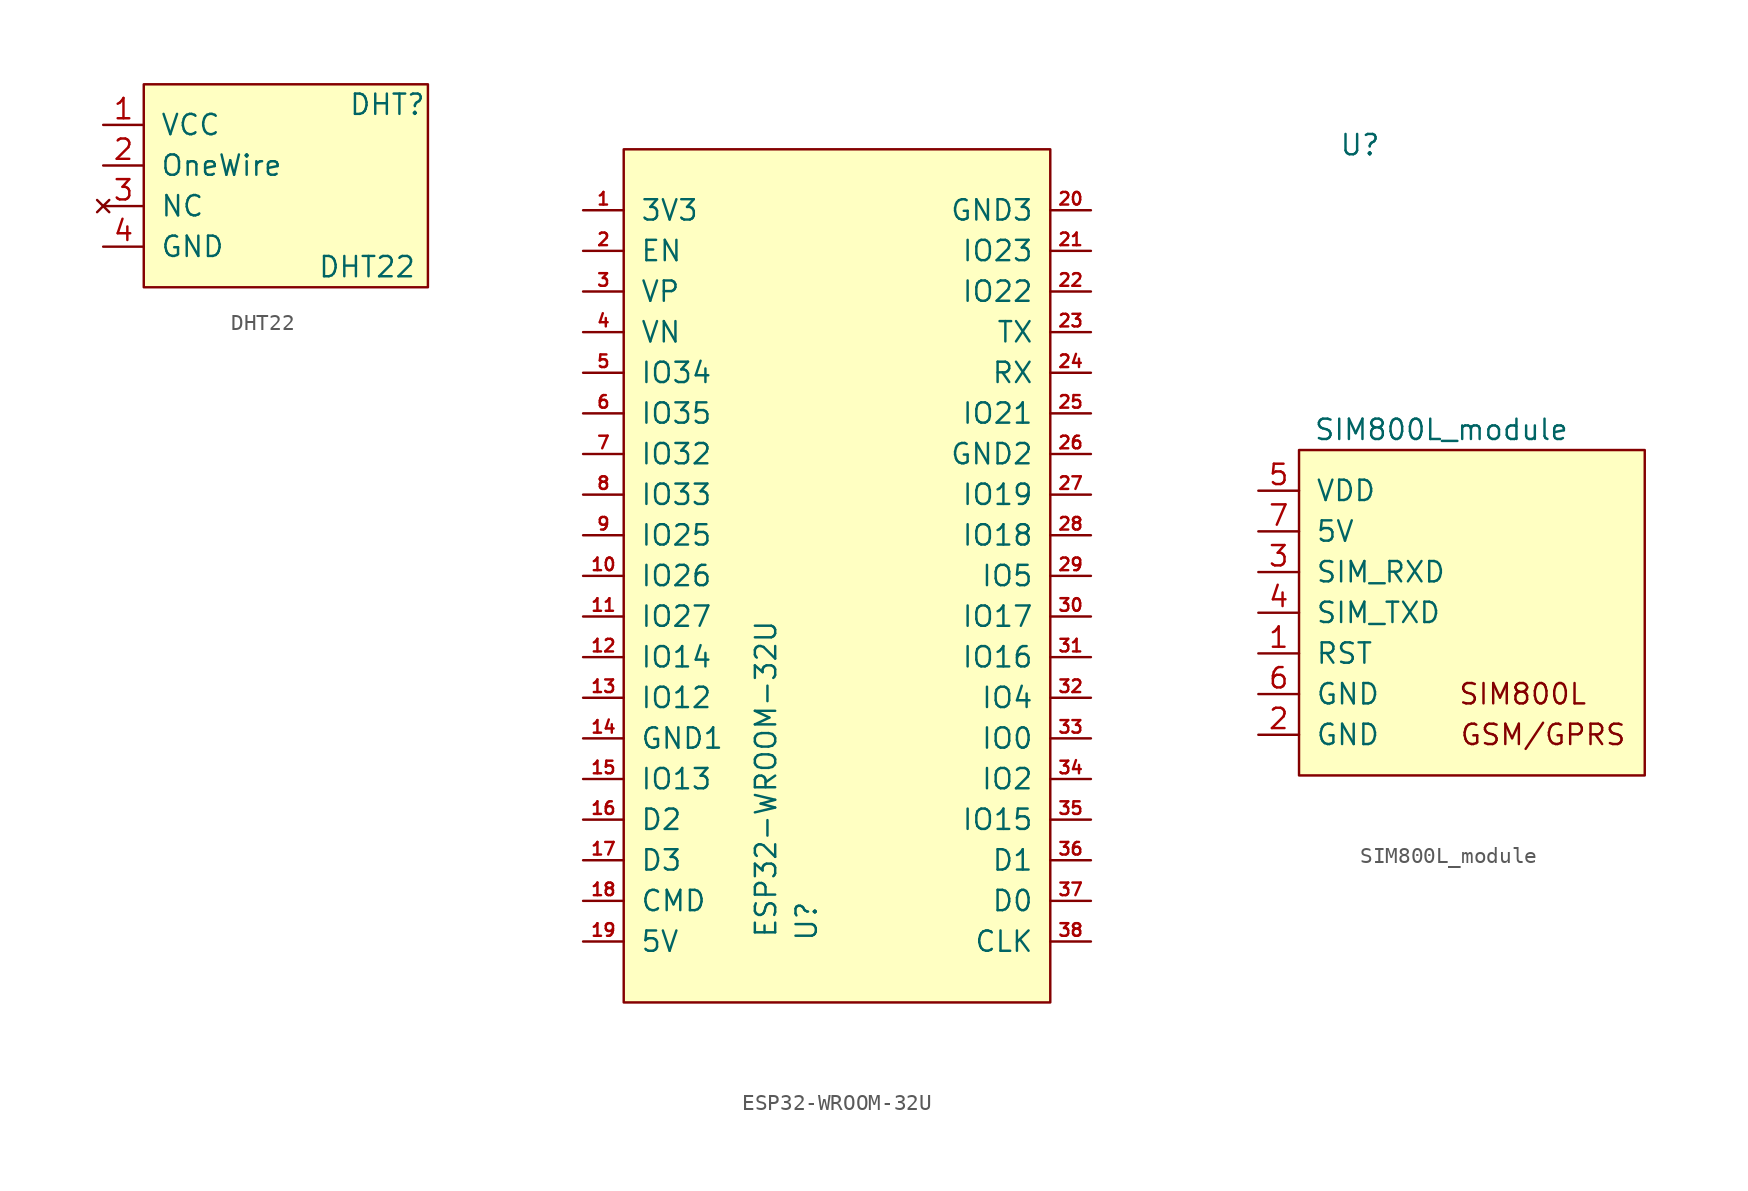
<source format=kicad_sym>
(kicad_symbol_lib
  (version 20211014)
  (generator kicad_symbol_editor)
  (symbol "DHT22"
    (pin_names
      (offset 1.016))
    (property "Reference" "DHT"
      (at 15.24 -1.27 0)
      (effects (font (size 1.27 1.27))))
    (property "Value" "DHT22"
      (at 13.97 -11.43 0)
      (effects (font (size 1.27 1.27))))
    (symbol "DHT22_0_1"
      (rectangle (start 0 0) (end 17.78 -12.7) (stroke (width 0) (type default) (color 0 0 0 0)) (fill (type background))))
    (symbol "DHT22_1_1"
      (pin input line (at -2.54 -2.54 0) (length 2.54) (name "VCC" (effects (font (size 1.27 1.27)))) (number "1" (effects (font (size 1.27 1.27)))))
      (pin bidirectional line (at -2.54 -5.08 0) (length 2.54) (name "OneWire" (effects (font (size 1.27 1.27)))) (number "2" (effects (font (size 1.27 1.27)))))
      (pin no_connect line (at -2.54 -7.62 0) (length 2.54) (name "NC" (effects (font (size 1.27 1.27)))) (number "3" (effects (font (size 1.27 1.27)))))
      (pin input line (at -2.54 -10.16 0) (length 2.54) (name "GND" (effects (font (size 1.27 1.27)))) (number "4" (effects (font (size 1.27 1.27)))))))
  (symbol "ESP32-WROOM-32U"
    (pin_names
      (offset 1.016))
    (property "Reference" "U"
      (at 11.43 -49.53 90)
      (effects (font (size 1.27 1.27))))
    (property "Value" "ESP32-WROOM-32U"
      (at 8.89 -40.64 90)
      (effects (font (size 1.27 1.27))))
    (symbol "ESP32-WROOM-32U_0_1"
      (rectangle (start 0 -1.27) (end 26.67 -54.61) (stroke (width 0) (type default) (color 0 0 0 0)) (fill (type background))))
    (symbol "ESP32-WROOM-32U_1_1"
      (pin input line (at -2.54 -5.08 0) (length 2.54) (name "3V3" (effects (font (size 1.27 1.27)))) (number "1" (effects (font (size 0.787 0.787)))))
      (pin input line (at -2.54 -27.94 0) (length 2.54) (name "IO26" (effects (font (size 1.27 1.27)))) (number "10" (effects (font (size 0.787 0.787)))))
      (pin input line (at -2.54 -30.48 0) (length 2.54) (name "IO27" (effects (font (size 1.27 1.27)))) (number "11" (effects (font (size 0.787 0.787)))))
      (pin input line (at -2.54 -33.02 0) (length 2.54) (name "IO14" (effects (font (size 1.27 1.27)))) (number "12" (effects (font (size 0.787 0.787)))))
      (pin input line (at -2.54 -35.56 0) (length 2.54) (name "IO12" (effects (font (size 1.27 1.27)))) (number "13" (effects (font (size 0.787 0.787)))))
      (pin input line (at -2.54 -38.1 0) (length 2.54) (name "GND1" (effects (font (size 1.27 1.27)))) (number "14" (effects (font (size 0.787 0.787)))))
      (pin input line (at -2.54 -40.64 0) (length 2.54) (name "IO13" (effects (font (size 1.27 1.27)))) (number "15" (effects (font (size 0.787 0.787)))))
      (pin input line (at -2.54 -43.18 0) (length 2.54) (name "D2" (effects (font (size 1.27 1.27)))) (number "16" (effects (font (size 0.787 0.787)))))
      (pin input line (at -2.54 -45.72 0) (length 2.54) (name "D3" (effects (font (size 1.27 1.27)))) (number "17" (effects (font (size 0.787 0.787)))))
      (pin input line (at -2.54 -48.26 0) (length 2.54) (name "CMD" (effects (font (size 1.27 1.27)))) (number "18" (effects (font (size 0.787 0.787)))))
      (pin input line (at -2.54 -50.8 0) (length 2.54) (name "5V" (effects (font (size 1.27 1.27)))) (number "19" (effects (font (size 0.787 0.787)))))
      (pin input line (at -2.54 -7.62 0) (length 2.54) (name "EN" (effects (font (size 1.27 1.27)))) (number "2" (effects (font (size 0.787 0.787)))))
      (pin input line (at 29.21 -5.08 180) (length 2.54) (name "GND3" (effects (font (size 1.27 1.27)))) (number "20" (effects (font (size 0.787 0.787)))))
      (pin input line (at 29.21 -7.62 180) (length 2.54) (name "IO23" (effects (font (size 1.27 1.27)))) (number "21" (effects (font (size 0.787 0.787)))))
      (pin input line (at 29.21 -10.16 180) (length 2.54) (name "IO22" (effects (font (size 1.27 1.27)))) (number "22" (effects (font (size 0.787 0.787)))))
      (pin input line (at 29.21 -12.7 180) (length 2.54) (name "TX" (effects (font (size 1.27 1.27)))) (number "23" (effects (font (size 0.787 0.787)))))
      (pin input line (at 29.21 -15.24 180) (length 2.54) (name "RX" (effects (font (size 1.27 1.27)))) (number "24" (effects (font (size 0.787 0.787)))))
      (pin input line (at 29.21 -17.78 180) (length 2.54) (name "IO21" (effects (font (size 1.27 1.27)))) (number "25" (effects (font (size 0.787 0.787)))))
      (pin input line (at 29.21 -20.32 180) (length 2.54) (name "GND2" (effects (font (size 1.27 1.27)))) (number "26" (effects (font (size 0.787 0.787)))))
      (pin input line (at 29.21 -22.86 180) (length 2.54) (name "IO19" (effects (font (size 1.27 1.27)))) (number "27" (effects (font (size 0.787 0.787)))))
      (pin input line (at 29.21 -25.4 180) (length 2.54) (name "IO18" (effects (font (size 1.27 1.27)))) (number "28" (effects (font (size 0.787 0.787)))))
      (pin input line (at 29.21 -27.94 180) (length 2.54) (name "IO5" (effects (font (size 1.27 1.27)))) (number "29" (effects (font (size 0.787 0.787)))))
      (pin input line (at -2.54 -10.16 0) (length 2.54) (name "VP" (effects (font (size 1.27 1.27)))) (number "3" (effects (font (size 0.787 0.787)))))
      (pin input line (at 29.21 -30.48 180) (length 2.54) (name "IO17" (effects (font (size 1.27 1.27)))) (number "30" (effects (font (size 0.787 0.787)))))
      (pin input line (at 29.21 -33.02 180) (length 2.54) (name "IO16" (effects (font (size 1.27 1.27)))) (number "31" (effects (font (size 0.787 0.787)))))
      (pin input line (at 29.21 -35.56 180) (length 2.54) (name "IO4" (effects (font (size 1.27 1.27)))) (number "32" (effects (font (size 0.787 0.787)))))
      (pin input line (at 29.21 -38.1 180) (length 2.54) (name "IO0" (effects (font (size 1.27 1.27)))) (number "33" (effects (font (size 0.787 0.787)))))
      (pin input line (at 29.21 -40.64 180) (length 2.54) (name "IO2" (effects (font (size 1.27 1.27)))) (number "34" (effects (font (size 0.787 0.787)))))
      (pin input line (at 29.21 -43.18 180) (length 2.54) (name "IO15" (effects (font (size 1.27 1.27)))) (number "35" (effects (font (size 0.787 0.787)))))
      (pin input line (at 29.21 -45.72 180) (length 2.54) (name "D1" (effects (font (size 1.27 1.27)))) (number "36" (effects (font (size 0.787 0.787)))))
      (pin input line (at 29.21 -48.26 180) (length 2.54) (name "D0" (effects (font (size 1.27 1.27)))) (number "37" (effects (font (size 0.787 0.787)))))
      (pin input line (at 29.21 -50.8 180) (length 2.54) (name "CLK" (effects (font (size 1.27 1.27)))) (number "38" (effects (font (size 0.787 0.787)))))
      (pin input line (at -2.54 -12.7 0) (length 2.54) (name "VN" (effects (font (size 1.27 1.27)))) (number "4" (effects (font (size 0.787 0.787)))))
      (pin input line (at -2.54 -15.24 0) (length 2.54) (name "IO34" (effects (font (size 1.27 1.27)))) (number "5" (effects (font (size 0.787 0.787)))))
      (pin input line (at -2.54 -17.78 0) (length 2.54) (name "IO35" (effects (font (size 1.27 1.27)))) (number "6" (effects (font (size 0.787 0.787)))))
      (pin input line (at -2.54 -20.32 0) (length 2.54) (name "IO32" (effects (font (size 1.27 1.27)))) (number "7" (effects (font (size 0.787 0.787)))))
      (pin input line (at -2.54 -22.86 0) (length 2.54) (name "IO33" (effects (font (size 1.27 1.27)))) (number "8" (effects (font (size 0.787 0.787)))))
      (pin input line (at -2.54 -25.4 0) (length 2.54) (name "IO25" (effects (font (size 1.27 1.27)))) (number "9" (effects (font (size 0.787 0.787)))))))
  (symbol "SIM800L_module"
    (pin_names
      (offset 1.016))
    (property "Reference" "U"
      (at 6.35 21.59 0)
      (effects (font (size 1.27 1.27))))
    (property "Value" "SIM800L_module"
      (at 11.43 3.81 0)
      (effects (font (size 1.27 1.27))))
    (symbol "SIM800L_module_0_0"
      (text "GSM/GPRS" (at 17.78 -15.24 0) (effects (font (size 1.27 1.27))))
      (text "SIM800L" (at 16.51 -12.7 0) (effects (font (size 1.27 1.27)))))
    (symbol "SIM800L_module_0_1"
      (rectangle (start 2.54 2.54) (end 24.13 -17.78) (stroke (width 0) (type default) (color 0 0 0 0)) (fill (type background))))
    (symbol "SIM800L_module_1_1"
      (pin input line (at 0 -10.16 0) (length 2.54) (name "RST" (effects (font (size 1.27 1.27)))) (number "1" (effects (font (size 1.27 1.27)))))
      (pin input line (at 0 -15.24 0) (length 2.54) (name "GND" (effects (font (size 1.27 1.27)))) (number "2" (effects (font (size 1.27 1.27)))))
      (pin input line (at 0 -5.08 0) (length 2.54) (name "SIM_RXD" (effects (font (size 1.27 1.27)))) (number "3" (effects (font (size 1.27 1.27)))))
      (pin input line (at 0 -7.62 0) (length 2.54) (name "SIM_TXD" (effects (font (size 1.27 1.27)))) (number "4" (effects (font (size 1.27 1.27)))))
      (pin input line (at 0 0 0) (length 2.54) (name "VDD" (effects (font (size 1.27 1.27)))) (number "5" (effects (font (size 1.27 1.27)))))
      (pin input line (at 0 -12.7 0) (length 2.54) (name "GND" (effects (font (size 1.27 1.27)))) (number "6" (effects (font (size 1.27 1.27)))))
      (pin input line (at 0 -2.54 0) (length 2.54) (name "5V" (effects (font (size 1.27 1.27)))) (number "7" (effects (font (size 1.27 1.27))))))))
</source>
